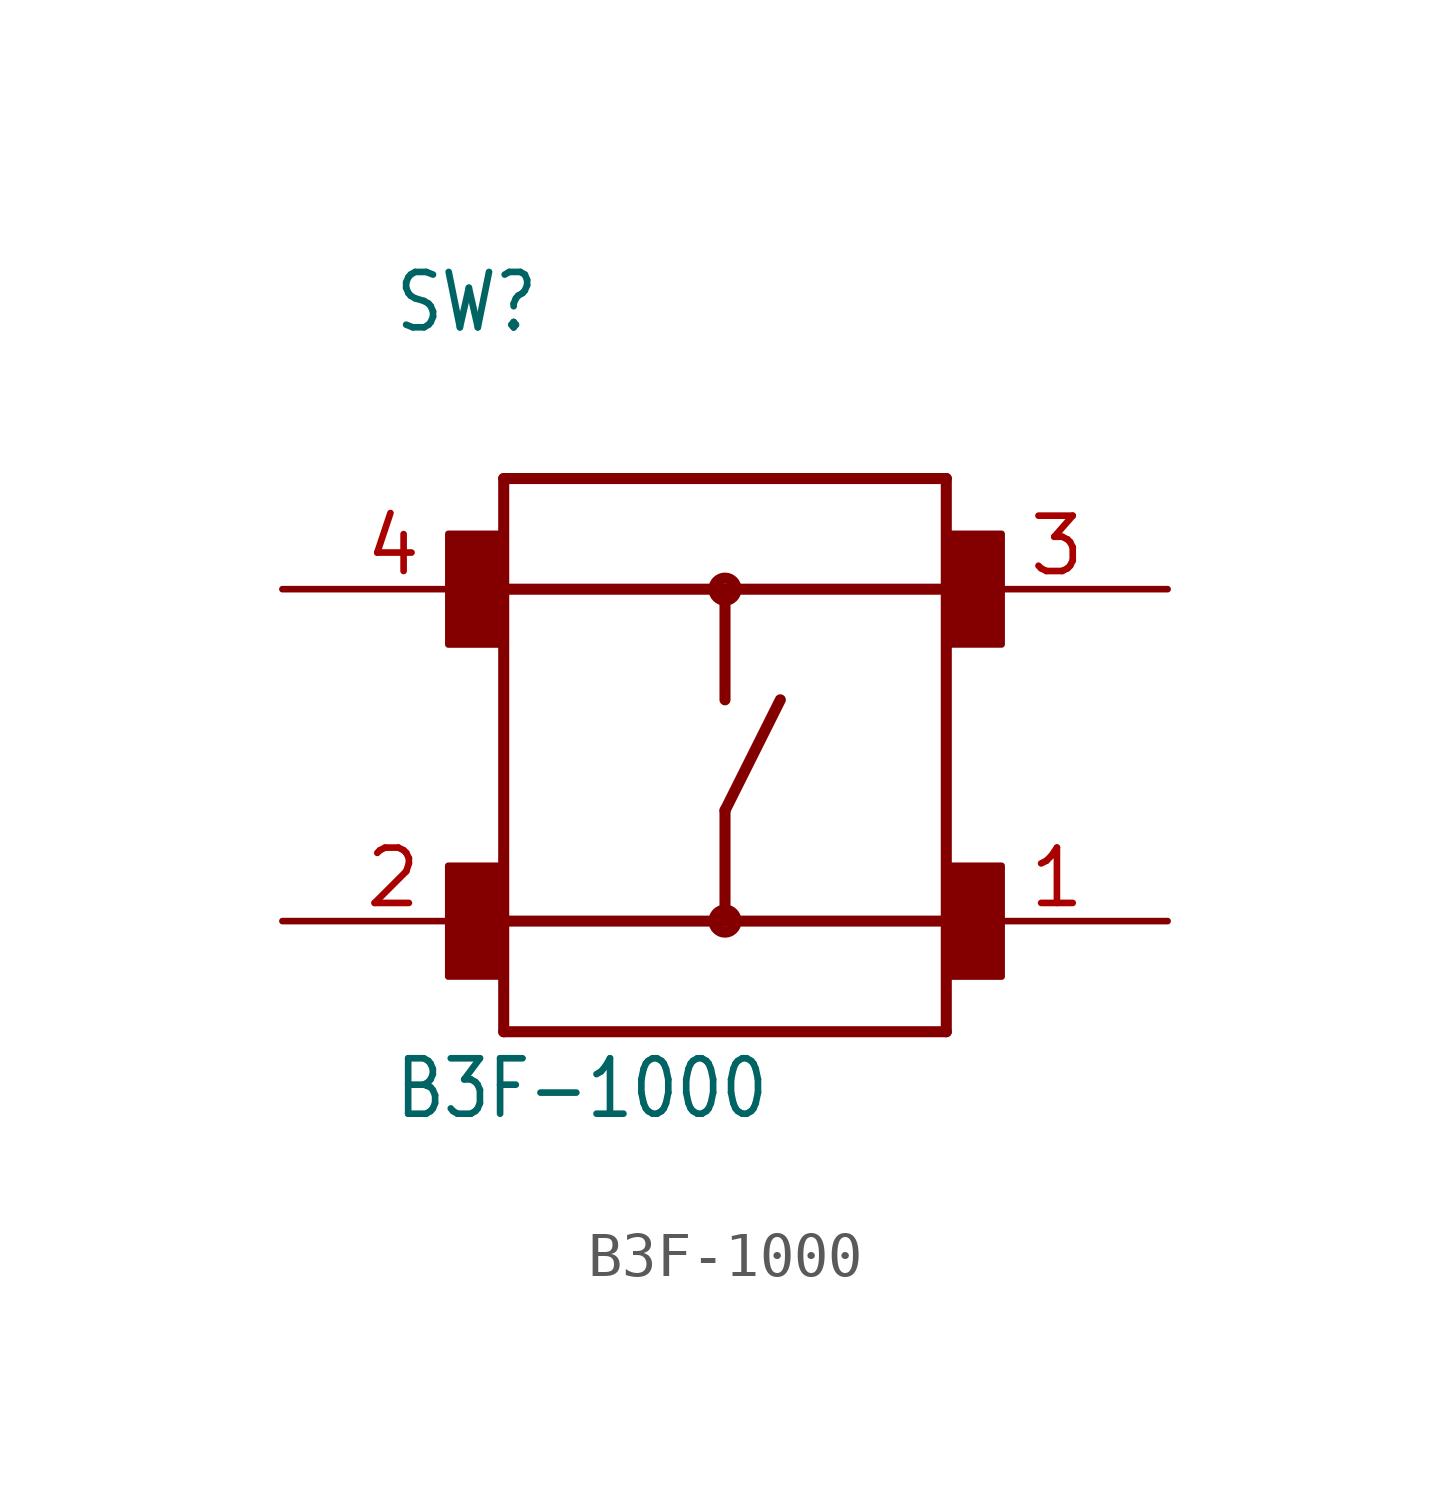
<source format=kicad_sym>
(kicad_symbol_lib
  (version 20211014)
  (generator kicad_symbol_editor)
  (symbol "B3F-1000"
    (property "Reference" "SW"
      (at -7.626 8.388 0)
      (effects (font (size 1.271 1.08)) (justify left bottom)))
    (property "Value" "B3F-1000"
      (at -7.631 -9.665 0)
      (effects (font (size 1.272 1.081)) (justify left bottom)))
    (property "ki_locked" ""
      (at 0 0 0)
      (effects (font (size 1.27 1.27))))
    (symbol "B3F-1000_1_0"
      (rectangle (start -6.353 -6.352) (end -5.08 -3.81) (stroke (width 0) (type default) (color 0 0 0 0)) (fill (type outline)))
      (rectangle (start -6.351 1.27) (end -5.08 3.81) (stroke (width 0) (type default) (color 0 0 0 0)) (fill (type outline)))
      (circle (center 0 -5.08) (radius 0.254) (stroke (width 0.254) (type default) (color 0 0 0 0)) (fill (type none)))
      (polyline (pts (xy -5.08 -7.62) (xy -5.08 -5.08)) (stroke (width 0.254) (type default) (color 0 0 0 0)) (fill (type none)))
      (polyline (pts (xy -5.08 -5.08) (xy -5.08 2.54)) (stroke (width 0.254) (type default) (color 0 0 0 0)) (fill (type none)))
      (polyline (pts (xy -5.08 -5.08) (xy 0 -5.08)) (stroke (width 0.254) (type default) (color 0 0 0 0)) (fill (type none)))
      (polyline (pts (xy -5.08 2.54) (xy -5.08 5.08)) (stroke (width 0.254) (type default) (color 0 0 0 0)) (fill (type none)))
      (polyline (pts (xy -5.08 2.54) (xy 0 2.54)) (stroke (width 0.254) (type default) (color 0 0 0 0)) (fill (type none)))
      (polyline (pts (xy -5.08 5.08) (xy 5.08 5.08)) (stroke (width 0.254) (type default) (color 0 0 0 0)) (fill (type none)))
      (polyline (pts (xy 0 -5.08) (xy 0 -2.54)) (stroke (width 0.254) (type default) (color 0 0 0 0)) (fill (type none)))
      (polyline (pts (xy 0 -5.08) (xy 5.08 -5.08)) (stroke (width 0.254) (type default) (color 0 0 0 0)) (fill (type none)))
      (polyline (pts (xy 0 -2.54) (xy 1.27 0)) (stroke (width 0.254) (type default) (color 0 0 0 0)) (fill (type none)))
      (polyline (pts (xy 0 2.54) (xy 0 0)) (stroke (width 0.254) (type default) (color 0 0 0 0)) (fill (type none)))
      (polyline (pts (xy 0 2.54) (xy 5.08 2.54)) (stroke (width 0.254) (type default) (color 0 0 0 0)) (fill (type none)))
      (polyline (pts (xy 5.08 -7.62) (xy -5.08 -7.62)) (stroke (width 0.254) (type default) (color 0 0 0 0)) (fill (type none)))
      (polyline (pts (xy 5.08 -5.08) (xy 5.08 -7.62)) (stroke (width 0.254) (type default) (color 0 0 0 0)) (fill (type none)))
      (polyline (pts (xy 5.08 2.54) (xy 5.08 -5.08)) (stroke (width 0.254) (type default) (color 0 0 0 0)) (fill (type none)))
      (polyline (pts (xy 5.08 5.08) (xy 5.08 2.54)) (stroke (width 0.254) (type default) (color 0 0 0 0)) (fill (type none)))
      (circle (center 0 2.54) (radius 0.254) (stroke (width 0.254) (type default) (color 0 0 0 0)) (fill (type none)))
      (rectangle (start 5.083 -6.353) (end 6.35 -3.81) (stroke (width 0) (type default) (color 0 0 0 0)) (fill (type outline)))
      (rectangle (start 5.084 1.272) (end 6.35 3.81) (stroke (width 0) (type default) (color 0 0 0 0)) (fill (type outline)))
      (pin passive line (at 10.16 -5.08 180) (length 5.08) (name "1" (effects (font (size 0 0)))) (number "1" (effects (font (size 1.27 1.27)))))
      (pin passive line (at -10.16 -5.08 0) (length 5.08) (name "2" (effects (font (size 0 0)))) (number "2" (effects (font (size 1.27 1.27)))))
      (pin passive line (at 10.16 2.54 180) (length 5.08) (name "3" (effects (font (size 0 0)))) (number "3" (effects (font (size 1.27 1.27)))))
      (pin passive line (at -10.16 2.54 0) (length 5.08) (name "4" (effects (font (size 0 0)))) (number "4" (effects (font (size 1.27 1.27))))))))
</source>
